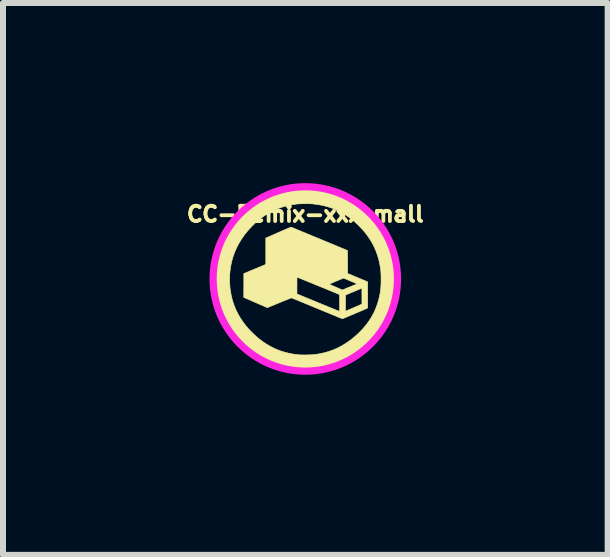
<source format=kicad_pcb>
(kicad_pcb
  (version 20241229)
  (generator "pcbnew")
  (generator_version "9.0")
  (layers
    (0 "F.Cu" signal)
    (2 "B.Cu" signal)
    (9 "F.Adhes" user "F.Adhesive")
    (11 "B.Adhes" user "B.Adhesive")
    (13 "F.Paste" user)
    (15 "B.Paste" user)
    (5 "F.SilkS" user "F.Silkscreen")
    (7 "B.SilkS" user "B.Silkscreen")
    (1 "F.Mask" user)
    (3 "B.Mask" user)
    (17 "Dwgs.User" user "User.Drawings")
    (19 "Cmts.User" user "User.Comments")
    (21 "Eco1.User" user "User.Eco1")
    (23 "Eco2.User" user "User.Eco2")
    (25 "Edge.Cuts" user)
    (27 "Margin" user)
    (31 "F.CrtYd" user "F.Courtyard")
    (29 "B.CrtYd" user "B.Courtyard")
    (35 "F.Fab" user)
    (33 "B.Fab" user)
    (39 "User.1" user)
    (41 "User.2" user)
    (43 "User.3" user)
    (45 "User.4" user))
  (footprint "CC-Remix-xxxsmall"
    (layer "F.Cu")
    (at 2.035 1.596)
    (property "Reference" "CC-Remix-xxxsmall" (at 0 -1.079 0) (layer "F.SilkS") (effects (font (size 0.254 0.254) (thickness 0.064))))
    (attr through_hole)
    (fp_poly (pts (xy 0.035 -1.531) (xy 0.066 -1.531) (xy 0.093 -1.53) (xy 0.117 -1.529) (xy 0.139 -1.528) (xy 0.162 -1.526) (xy 0.185 -1.524) (xy 0.21 -1.521) (xy 0.233 -1.518) (xy 0.327 -1.502) (xy 0.419 -1.48) (xy 0.509 -1.453) (xy 0.596 -1.42) (xy 0.681 -1.382) (xy 0.764 -1.339) (xy 0.844 -1.289) (xy 0.922 -1.235) (xy 0.926 -1.231) (xy 0.983 -1.186) (xy 1.041 -1.135) (xy 1.097 -1.081) (xy 1.15 -1.025) (xy 1.201 -0.968) (xy 1.242 -0.916) (xy 1.296 -0.84) (xy 1.345 -0.762) (xy 1.388 -0.681) (xy 1.426 -0.598) (xy 1.459 -0.512) (xy 1.486 -0.424) (xy 1.508 -0.333) (xy 1.525 -0.238) (xy 1.535 -0.16) (xy 1.537 -0.134) (xy 1.539 -0.103) (xy 1.54 -0.068) (xy 1.541 -0.032) (xy 1.542 0.004) (xy 1.542 0.04) (xy 1.541 0.073) (xy 1.54 0.103) (xy 1.539 0.113) (xy 1.531 0.212) (xy 1.516 0.307) (xy 1.497 0.4) (xy 1.473 0.489) (xy 1.443 0.576) (xy 1.407 0.66) (xy 1.367 0.741) (xy 1.32 0.82) (xy 1.269 0.896) (xy 1.212 0.97) (xy 1.149 1.042) (xy 1.107 1.086) (xy 1.053 1.137) (xy 1.001 1.184) (xy 0.947 1.227) (xy 0.891 1.269) (xy 0.863 1.288) (xy 0.784 1.338) (xy 0.705 1.383) (xy 0.624 1.422) (xy 0.541 1.455) (xy 0.456 1.483) (xy 0.368 1.507) (xy 0.278 1.525) (xy 0.184 1.539) (xy 0.165 1.541) (xy 0.147 1.542) (xy 0.125 1.544) (xy 0.099 1.545) (xy 0.07 1.546) (xy 0.04 1.546) (xy 0.009 1.547) (xy -0.022 1.547) (xy -0.05 1.547) (xy -0.076 1.547) (xy -0.098 1.546) (xy -0.115 1.545) (xy -0.211 1.535) (xy -0.304 1.52) (xy -0.395 1.499) (xy -0.483 1.473) (xy -0.568 1.442) (xy -0.652 1.405) (xy -0.733 1.362) (xy -0.795 1.326) (xy -0.872 1.274) (xy -0.947 1.217) (xy -1.02 1.156) (xy -1.089 1.09) (xy -1.154 1.021) (xy -1.215 0.949) (xy -1.271 0.874) (xy -1.322 0.797) (xy -1.329 0.786) (xy -1.374 0.706) (xy -1.414 0.623) (xy -1.448 0.538) (xy -1.477 0.451) (xy -1.5 0.361) (xy -1.518 0.269) (xy -1.531 0.176) (xy -1.538 0.081) (xy -1.539 0.015) (xy -1.26 0.015) (xy -1.259 0.069) (xy -1.256 0.123) (xy -1.251 0.174) (xy -1.248 0.19) (xy -1.234 0.274) (xy -1.214 0.355) (xy -1.188 0.434) (xy -1.157 0.511) (xy -1.119 0.586) (xy -1.077 0.659) (xy -1.028 0.73) (xy -0.977 0.795) (xy -0.963 0.811) (xy -0.946 0.831) (xy -0.926 0.852) (xy -0.903 0.875) (xy -0.88 0.898) (xy -0.857 0.921) (xy -0.834 0.942) (xy -0.814 0.961) (xy -0.795 0.978) (xy -0.784 0.987) (xy -0.714 1.04) (xy -0.643 1.088) (xy -0.57 1.13) (xy -0.495 1.166) (xy -0.418 1.197) (xy -0.338 1.222) (xy -0.256 1.242) (xy -0.172 1.256) (xy -0.103 1.264) (xy -0.086 1.265) (xy -0.064 1.265) (xy -0.039 1.266) (xy -0.011 1.266) (xy 0.018 1.266) (xy 0.047 1.265) (xy 0.076 1.264) (xy 0.103 1.263) (xy 0.126 1.262) (xy 0.145 1.26) (xy 0.151 1.26) (xy 0.236 1.247) (xy 0.318 1.229) (xy 0.398 1.206) (xy 0.475 1.178) (xy 0.55 1.144) (xy 0.623 1.105) (xy 0.694 1.06) (xy 0.764 1.01) (xy 0.832 0.954) (xy 0.896 0.895) (xy 0.957 0.832) (xy 1.012 0.767) (xy 1.062 0.7) (xy 1.106 0.629) (xy 1.145 0.557) (xy 1.178 0.481) (xy 1.206 0.403) (xy 1.228 0.322) (xy 1.238 0.278) (xy 1.245 0.241) (xy 1.251 0.207) (xy 1.255 0.173) (xy 1.258 0.139) (xy 1.26 0.104) (xy 1.262 0.065) (xy 1.262 0.022) (xy 1.262 0.005) (xy 1.262 -0.033) (xy 1.261 -0.065) (xy 1.26 -0.094) (xy 1.258 -0.121) (xy 1.256 -0.147) (xy 1.253 -0.173) (xy 1.248 -0.202) (xy 1.244 -0.227) (xy 1.227 -0.31) (xy 1.204 -0.39) (xy 1.176 -0.468) (xy 1.143 -0.543) (xy 1.104 -0.616) (xy 1.059 -0.687) (xy 1.009 -0.756) (xy 0.953 -0.823) (xy 0.891 -0.888) (xy 0.876 -0.903) (xy 0.811 -0.962) (xy 0.745 -1.016) (xy 0.677 -1.063) (xy 0.607 -1.106) (xy 0.534 -1.143) (xy 0.46 -1.174) (xy 0.383 -1.2) (xy 0.302 -1.222) (xy 0.219 -1.238) (xy 0.133 -1.249) (xy 0.113 -1.251) (xy 0.089 -1.252) (xy 0.061 -1.253) (xy 0.03 -1.253) (xy -0.002 -1.253) (xy -0.034 -1.253) (xy -0.065 -1.252) (xy -0.093 -1.251) (xy -0.118 -1.25) (xy -0.139 -1.248) (xy -0.141 -1.248) (xy -0.227 -1.235) (xy -0.31 -1.218) (xy -0.39 -1.195) (xy -0.466 -1.168) (xy -0.54 -1.135) (xy -0.612 -1.097) (xy -0.681 -1.053) (xy -0.749 -1.004) (xy -0.814 -0.95) (xy -0.878 -0.889) (xy -0.889 -0.878) (xy -0.951 -0.811) (xy -1.008 -0.742) (xy -1.058 -0.671) (xy -1.103 -0.598) (xy -1.142 -0.524) (xy -1.176 -0.447) (xy -1.204 -0.368) (xy -1.227 -0.287) (xy -1.244 -0.204) (xy -1.253 -0.136) (xy -1.258 -0.089) (xy -1.26 -0.038) (xy -1.26 0.015) (xy -1.539 0.015) (xy -1.539 -0.015) (xy -1.535 -0.112) (xy -1.527 -0.197) (xy -1.512 -0.289) (xy -1.492 -0.381) (xy -1.466 -0.47) (xy -1.434 -0.558) (xy -1.397 -0.644) (xy -1.354 -0.728) (xy -1.306 -0.809) (xy -1.253 -0.888) (xy -1.194 -0.964) (xy -1.13 -1.038) (xy -1.064 -1.105) (xy -0.992 -1.172) (xy -0.917 -1.232) (xy -0.84 -1.287) (xy -0.76 -1.337) (xy -0.678 -1.381) (xy -0.594 -1.419) (xy -0.507 -1.452) (xy -0.418 -1.48) (xy -0.327 -1.501) (xy -0.233 -1.517) (xy -0.231 -1.518) (xy -0.204 -1.521) (xy -0.18 -1.524) (xy -0.157 -1.527) (xy -0.135 -1.528) (xy -0.112 -1.53) (xy -0.087 -1.531) (xy -0.06 -1.531) (xy -0.028 -1.531) (xy 0 -1.532) (xy 0.035 -1.531)) (stroke (width 0.01) (type solid)) (fill yes) (layer "F.SilkS"))
    (fp_poly (pts (xy -0.235 -0.862) (xy -0.231 -0.86) (xy -0.221 -0.856) (xy -0.207 -0.851) (xy -0.189 -0.843) (xy -0.166 -0.834) (xy -0.14 -0.823) (xy -0.11 -0.81) (xy -0.077 -0.797) (xy -0.042 -0.782) (xy -0.004 -0.767) (xy 0.036 -0.75) (xy 0.078 -0.733) (xy 0.12 -0.715) (xy 0.164 -0.697) (xy 0.208 -0.679) (xy 0.252 -0.661) (xy 0.296 -0.642) (xy 0.34 -0.624) (xy 0.383 -0.607) (xy 0.424 -0.589) (xy 0.464 -0.573) (xy 0.502 -0.557) (xy 0.537 -0.542) (xy 0.57 -0.529) (xy 0.6 -0.516) (xy 0.627 -0.505) (xy 0.649 -0.496) (xy 0.668 -0.488) (xy 0.682 -0.482) (xy 0.691 -0.478) (xy 0.695 -0.477) (xy 0.695 -0.477) (xy 0.703 -0.473) (xy 0.706 -0.09) (xy 0.859 -0.027) (xy 0.888 -0.015) (xy 0.916 -0.003) (xy 0.942 0.008) (xy 0.965 0.017) (xy 0.986 0.026) (xy 1.002 0.033) (xy 1.015 0.039) (xy 1.023 0.042) (xy 1.025 0.043) (xy 1.039 0.05) (xy 1.039 0.482) (xy 1.024 0.49) (xy 1.018 0.493) (xy 1.007 0.498) (xy 0.992 0.505) (xy 0.973 0.513) (xy 0.952 0.522) (xy 0.927 0.533) (xy 0.901 0.544) (xy 0.873 0.556) (xy 0.844 0.568) (xy 0.815 0.581) (xy 0.786 0.593) (xy 0.757 0.605) (xy 0.73 0.617) (xy 0.705 0.627) (xy 0.682 0.637) (xy 0.662 0.645) (xy 0.646 0.652) (xy 0.633 0.657) (xy 0.625 0.66) (xy 0.623 0.661) (xy 0.616 0.66) (xy 0.606 0.658) (xy 0.597 0.655) (xy 0.592 0.653) (xy 0.582 0.649) (xy 0.567 0.643) (xy 0.547 0.635) (xy 0.523 0.625) (xy 0.496 0.613) (xy 0.464 0.6) (xy 0.429 0.586) (xy 0.392 0.57) (xy 0.351 0.554) (xy 0.309 0.536) (xy 0.264 0.518) (xy 0.218 0.499) (xy 0.178 0.482) (xy 0.131 0.463) (xy 0.086 0.444) (xy 0.042 0.426) (xy 0.001 0.409) (xy -0.038 0.393) (xy -0.075 0.378) (xy -0.108 0.364) (xy -0.138 0.352) (xy -0.164 0.341) (xy -0.187 0.332) (xy -0.204 0.325) (xy -0.218 0.32) (xy -0.226 0.316) (xy -0.229 0.315) (xy -0.233 0.316) (xy -0.242 0.319) (xy -0.256 0.325) (xy -0.275 0.332) (xy -0.297 0.341) (xy -0.324 0.352) (xy -0.355 0.364) (xy -0.389 0.378) (xy -0.425 0.393) (xy -0.433 0.396) (xy -0.631 0.478) (xy -0.828 0.393) (xy -1.025 0.307) (xy -1.024 0.109) (xy -1.024 0.109) (xy -0.139 0.109) (xy -0.139 0.25) (xy 0.214 0.395) (xy 0.258 0.413) (xy 0.3 0.431) (xy 0.341 0.447) (xy 0.379 0.463) (xy 0.415 0.478) (xy 0.448 0.491) (xy 0.477 0.503) (xy 0.504 0.514) (xy 0.526 0.523) (xy 0.544 0.53) (xy 0.557 0.535) (xy 0.566 0.538) (xy 0.569 0.539) (xy 0.569 0.539) (xy 0.569 0.538) (xy 0.668 0.538) (xy 0.678 0.534) (xy 0.683 0.532) (xy 0.693 0.528) (xy 0.707 0.522) (xy 0.724 0.514) (xy 0.745 0.505) (xy 0.768 0.495) (xy 0.793 0.484) (xy 0.807 0.478) (xy 0.833 0.467) (xy 0.857 0.457) (xy 0.879 0.448) (xy 0.898 0.439) (xy 0.914 0.432) (xy 0.926 0.427) (xy 0.933 0.424) (xy 0.935 0.423) (xy 0.943 0.419) (xy 0.943 0.287) (xy 0.943 0.255) (xy 0.943 0.228) (xy 0.943 0.207) (xy 0.943 0.19) (xy 0.943 0.178) (xy 0.942 0.168) (xy 0.942 0.162) (xy 0.941 0.158) (xy 0.94 0.156) (xy 0.939 0.155) (xy 0.938 0.156) (xy 0.934 0.157) (xy 0.926 0.161) (xy 0.912 0.166) (xy 0.895 0.173) (xy 0.875 0.182) (xy 0.852 0.191) (xy 0.827 0.202) (xy 0.801 0.213) (xy 0.67 0.268) (xy 0.669 0.403) (xy 0.668 0.538) (xy 0.569 0.538) (xy 0.57 0.536) (xy 0.57 0.527) (xy 0.571 0.514) (xy 0.571 0.496) (xy 0.571 0.475) (xy 0.571 0.451) (xy 0.571 0.425) (xy 0.572 0.407) (xy 0.571 0.379) (xy 0.571 0.353) (xy 0.571 0.329) (xy 0.571 0.308) (xy 0.571 0.29) (xy 0.57 0.277) (xy 0.57 0.269) (xy 0.57 0.267) (xy 0.569 0.265) (xy 0.569 0.264) (xy 0.567 0.263) (xy 0.565 0.261) (xy 0.562 0.259) (xy 0.557 0.256) (xy 0.55 0.253) (xy 0.541 0.248) (xy 0.53 0.243) (xy 0.516 0.237) (xy 0.499 0.23) (xy 0.479 0.222) (xy 0.456 0.212) (xy 0.428 0.201) (xy 0.397 0.188) (xy 0.361 0.173) (xy 0.32 0.156) (xy 0.274 0.138) (xy 0.223 0.117) (xy 0.218 0.115) (xy 0.174 0.097) (xy 0.156 0.089) (xy 0.401 0.089) (xy 0.402 0.09) (xy 0.402 0.091) (xy 0.407 0.092) (xy 0.416 0.096) (xy 0.429 0.102) (xy 0.447 0.11) (xy 0.466 0.118) (xy 0.489 0.128) (xy 0.512 0.138) (xy 0.514 0.139) (xy 0.618 0.184) (xy 0.671 0.162) (xy 0.69 0.154) (xy 0.713 0.144) (xy 0.738 0.134) (xy 0.764 0.124) (xy 0.788 0.114) (xy 0.793 0.112) (xy 0.812 0.104) (xy 0.829 0.097) (xy 0.843 0.091) (xy 0.854 0.086) (xy 0.86 0.083) (xy 0.862 0.082) (xy 0.859 0.08) (xy 0.852 0.077) (xy 0.84 0.072) (xy 0.825 0.065) (xy 0.807 0.057) (xy 0.787 0.049) (xy 0.766 0.04) (xy 0.744 0.031) (xy 0.723 0.022) (xy 0.702 0.013) (xy 0.683 0.005) (xy 0.666 -0.002) (xy 0.653 -0.007) (xy 0.643 -0.011) (xy 0.638 -0.013) (xy 0.637 -0.013) (xy 0.633 -0.012) (xy 0.625 -0.009) (xy 0.612 -0.004) (xy 0.596 0.003) (xy 0.576 0.011) (xy 0.553 0.021) (xy 0.529 0.031) (xy 0.514 0.037) (xy 0.485 0.049) (xy 0.461 0.059) (xy 0.442 0.068) (xy 0.427 0.074) (xy 0.416 0.079) (xy 0.408 0.083) (xy 0.404 0.086) (xy 0.401 0.088) (xy 0.401 0.089) (xy 0.156 0.089) (xy 0.132 0.08) (xy 0.092 0.063) (xy 0.053 0.048) (xy 0.018 0.033) (xy -0.015 0.02) (xy -0.045 0.008) (xy -0.071 -0.003) (xy -0.093 -0.012) (xy -0.111 -0.019) (xy -0.124 -0.025) (xy -0.132 -0.028) (xy -0.135 -0.029) (xy -0.136 -0.029) (xy -0.137 -0.025) (xy -0.138 -0.019) (xy -0.138 -0.009) (xy -0.139 0.005) (xy -0.139 0.024) (xy -0.139 0.047) (xy -0.139 0.075) (xy -0.139 0.109) (xy -1.024 0.109) (xy -1.024 -0.089) (xy -0.841 -0.166) (xy -0.658 -0.242) (xy -0.658 -0.681) (xy -0.449 -0.773) (xy -0.408 -0.791) (xy -0.373 -0.806) (xy -0.342 -0.82) (xy -0.315 -0.831) (xy -0.293 -0.84) (xy -0.275 -0.848) (xy -0.261 -0.854) (xy -0.25 -0.858) (xy -0.242 -0.86) (xy -0.237 -0.862) (xy -0.235 -0.862) (xy -0.235 -0.862)) (stroke (width 0.01) (type solid)) (fill yes) (layer "F.SilkS"))
    (fp_circle (center 0 0) (end -1.333 0.762) (stroke (width 0.12) (type solid)) (fill no) (layer "F.CrtYd")))
  (gr_rect
    (start -3 -3)
    (end 7.071 6.192)
    (stroke (width 0.1) (type default))
    (fill no)
    (layer "Edge.Cuts")))
</source>
